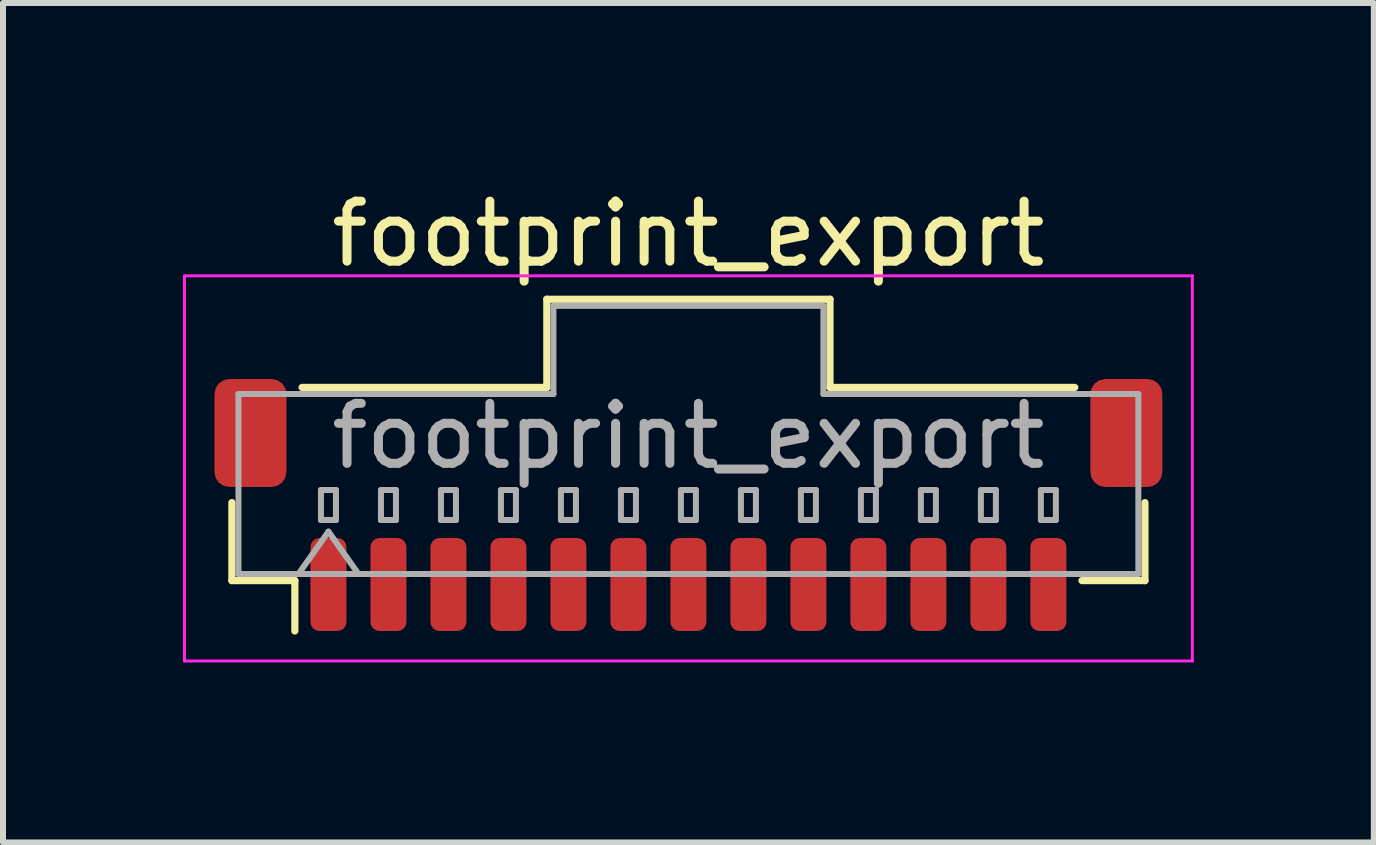
<source format=kicad_pcb>
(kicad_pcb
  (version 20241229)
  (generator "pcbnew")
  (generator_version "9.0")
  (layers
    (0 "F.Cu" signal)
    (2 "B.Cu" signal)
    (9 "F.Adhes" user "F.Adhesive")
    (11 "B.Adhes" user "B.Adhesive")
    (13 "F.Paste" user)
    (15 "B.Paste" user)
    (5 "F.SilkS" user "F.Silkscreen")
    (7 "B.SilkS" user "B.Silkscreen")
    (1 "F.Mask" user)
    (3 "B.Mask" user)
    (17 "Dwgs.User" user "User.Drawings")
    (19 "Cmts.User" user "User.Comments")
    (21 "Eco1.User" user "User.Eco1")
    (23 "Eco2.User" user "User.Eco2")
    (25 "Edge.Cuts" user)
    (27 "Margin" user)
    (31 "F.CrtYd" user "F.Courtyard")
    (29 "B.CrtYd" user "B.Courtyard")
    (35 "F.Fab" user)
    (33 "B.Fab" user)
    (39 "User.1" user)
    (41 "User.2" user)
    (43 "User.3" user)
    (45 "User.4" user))
  (footprint "footprint_export"
    (layer "F.Cu")
    (at 8.425 5.368)
    (property "Reference" "footprint_export" (at 0 -4.52 0) (layer "F.SilkS") (effects (font (size 1 1) (thickness 0.15))))
    (attr smd)
    (fp_line (start -7.61 -0.04) (end -7.61 1.26) (stroke (width 0.12) (type solid)) (layer "F.SilkS"))
    (fp_line (start -7.61 1.26) (end -6.56 1.26) (stroke (width 0.12) (type solid)) (layer "F.SilkS"))
    (fp_line (start -6.56 1.26) (end -6.56 2.1) (stroke (width 0.12) (type solid)) (layer "F.SilkS"))
    (fp_line (start -6.44 -1.96) (end -2.36 -1.96) (stroke (width 0.12) (type solid)) (layer "F.SilkS"))
    (fp_line (start -2.36 -3.43) (end 2.36 -3.43) (stroke (width 0.12) (type solid)) (layer "F.SilkS"))
    (fp_line (start -2.36 -1.96) (end -2.36 -3.43) (stroke (width 0.12) (type solid)) (layer "F.SilkS"))
    (fp_line (start 2.36 -3.43) (end 2.36 -1.96) (stroke (width 0.12) (type solid)) (layer "F.SilkS"))
    (fp_line (start 2.36 -1.96) (end 6.44 -1.96) (stroke (width 0.12) (type solid)) (layer "F.SilkS"))
    (fp_line (start 7.61 -0.04) (end 7.61 1.26) (stroke (width 0.12) (type solid)) (layer "F.SilkS"))
    (fp_line (start 7.61 1.26) (end 6.56 1.26) (stroke (width 0.12) (type solid)) (layer "F.SilkS"))
    (fp_line (start -8.4 -3.82) (end -8.4 2.6) (stroke (width 0.05) (type solid)) (layer "F.CrtYd"))
    (fp_line (start -8.4 2.6) (end 8.4 2.6) (stroke (width 0.05) (type solid)) (layer "F.CrtYd"))
    (fp_line (start 8.4 -3.82) (end -8.4 -3.82) (stroke (width 0.05) (type solid)) (layer "F.CrtYd"))
    (fp_line (start 8.4 2.6) (end 8.4 -3.82) (stroke (width 0.05) (type solid)) (layer "F.CrtYd"))
    (fp_line (start -7.5 -1.85) (end -2.25 -1.85) (stroke (width 0.1) (type solid)) (layer "F.Fab"))
    (fp_line (start -7.5 1.15) (end -7.5 -1.85) (stroke (width 0.1) (type solid)) (layer "F.Fab"))
    (fp_line (start -7.5 1.15) (end 7.5 1.15) (stroke (width 0.1) (type solid)) (layer "F.Fab"))
    (fp_line (start -6.5 1.15) (end -6 0.443) (stroke (width 0.1) (type solid)) (layer "F.Fab"))
    (fp_line (start -6.125 -0.25) (end -6.125 0.25) (stroke (width 0.1) (type solid)) (layer "F.Fab"))
    (fp_line (start -6.125 0.25) (end -5.875 0.25) (stroke (width 0.1) (type solid)) (layer "F.Fab"))
    (fp_line (start -6 0.443) (end -5.5 1.15) (stroke (width 0.1) (type solid)) (layer "F.Fab"))
    (fp_line (start -5.875 -0.25) (end -6.125 -0.25) (stroke (width 0.1) (type solid)) (layer "F.Fab"))
    (fp_line (start -5.875 0.25) (end -5.875 -0.25) (stroke (width 0.1) (type solid)) (layer "F.Fab"))
    (fp_line (start -5.125 -0.25) (end -5.125 0.25) (stroke (width 0.1) (type solid)) (layer "F.Fab"))
    (fp_line (start -5.125 0.25) (end -4.875 0.25) (stroke (width 0.1) (type solid)) (layer "F.Fab"))
    (fp_line (start -4.875 -0.25) (end -5.125 -0.25) (stroke (width 0.1) (type solid)) (layer "F.Fab"))
    (fp_line (start -4.875 0.25) (end -4.875 -0.25) (stroke (width 0.1) (type solid)) (layer "F.Fab"))
    (fp_line (start -4.125 -0.25) (end -4.125 0.25) (stroke (width 0.1) (type solid)) (layer "F.Fab"))
    (fp_line (start -4.125 0.25) (end -3.875 0.25) (stroke (width 0.1) (type solid)) (layer "F.Fab"))
    (fp_line (start -3.875 -0.25) (end -4.125 -0.25) (stroke (width 0.1) (type solid)) (layer "F.Fab"))
    (fp_line (start -3.875 0.25) (end -3.875 -0.25) (stroke (width 0.1) (type solid)) (layer "F.Fab"))
    (fp_line (start -3.125 -0.25) (end -3.125 0.25) (stroke (width 0.1) (type solid)) (layer "F.Fab"))
    (fp_line (start -3.125 0.25) (end -2.875 0.25) (stroke (width 0.1) (type solid)) (layer "F.Fab"))
    (fp_line (start -2.875 -0.25) (end -3.125 -0.25) (stroke (width 0.1) (type solid)) (layer "F.Fab"))
    (fp_line (start -2.875 0.25) (end -2.875 -0.25) (stroke (width 0.1) (type solid)) (layer "F.Fab"))
    (fp_line (start -2.25 -3.32) (end 2.25 -3.32) (stroke (width 0.1) (type solid)) (layer "F.Fab"))
    (fp_line (start -2.25 -1.85) (end -2.25 -3.32) (stroke (width 0.1) (type solid)) (layer "F.Fab"))
    (fp_line (start -2.125 -0.25) (end -2.125 0.25) (stroke (width 0.1) (type solid)) (layer "F.Fab"))
    (fp_line (start -2.125 0.25) (end -1.875 0.25) (stroke (width 0.1) (type solid)) (layer "F.Fab"))
    (fp_line (start -1.875 -0.25) (end -2.125 -0.25) (stroke (width 0.1) (type solid)) (layer "F.Fab"))
    (fp_line (start -1.875 0.25) (end -1.875 -0.25) (stroke (width 0.1) (type solid)) (layer "F.Fab"))
    (fp_line (start -1.125 -0.25) (end -1.125 0.25) (stroke (width 0.1) (type solid)) (layer "F.Fab"))
    (fp_line (start -1.125 0.25) (end -0.875 0.25) (stroke (width 0.1) (type solid)) (layer "F.Fab"))
    (fp_line (start -0.875 -0.25) (end -1.125 -0.25) (stroke (width 0.1) (type solid)) (layer "F.Fab"))
    (fp_line (start -0.875 0.25) (end -0.875 -0.25) (stroke (width 0.1) (type solid)) (layer "F.Fab"))
    (fp_line (start -0.125 -0.25) (end -0.125 0.25) (stroke (width 0.1) (type solid)) (layer "F.Fab"))
    (fp_line (start -0.125 0.25) (end 0.125 0.25) (stroke (width 0.1) (type solid)) (layer "F.Fab"))
    (fp_line (start 0.125 -0.25) (end -0.125 -0.25) (stroke (width 0.1) (type solid)) (layer "F.Fab"))
    (fp_line (start 0.125 0.25) (end 0.125 -0.25) (stroke (width 0.1) (type solid)) (layer "F.Fab"))
    (fp_line (start 0.875 -0.25) (end 0.875 0.25) (stroke (width 0.1) (type solid)) (layer "F.Fab"))
    (fp_line (start 0.875 0.25) (end 1.125 0.25) (stroke (width 0.1) (type solid)) (layer "F.Fab"))
    (fp_line (start 1.125 -0.25) (end 0.875 -0.25) (stroke (width 0.1) (type solid)) (layer "F.Fab"))
    (fp_line (start 1.125 0.25) (end 1.125 -0.25) (stroke (width 0.1) (type solid)) (layer "F.Fab"))
    (fp_line (start 1.875 -0.25) (end 1.875 0.25) (stroke (width 0.1) (type solid)) (layer "F.Fab"))
    (fp_line (start 1.875 0.25) (end 2.125 0.25) (stroke (width 0.1) (type solid)) (layer "F.Fab"))
    (fp_line (start 2.125 -0.25) (end 1.875 -0.25) (stroke (width 0.1) (type solid)) (layer "F.Fab"))
    (fp_line (start 2.125 0.25) (end 2.125 -0.25) (stroke (width 0.1) (type solid)) (layer "F.Fab"))
    (fp_line (start 2.25 -3.32) (end 2.25 -1.85) (stroke (width 0.1) (type solid)) (layer "F.Fab"))
    (fp_line (start 2.25 -1.85) (end 7.5 -1.85) (stroke (width 0.1) (type solid)) (layer "F.Fab"))
    (fp_line (start 2.875 -0.25) (end 2.875 0.25) (stroke (width 0.1) (type solid)) (layer "F.Fab"))
    (fp_line (start 2.875 0.25) (end 3.125 0.25) (stroke (width 0.1) (type solid)) (layer "F.Fab"))
    (fp_line (start 3.125 -0.25) (end 2.875 -0.25) (stroke (width 0.1) (type solid)) (layer "F.Fab"))
    (fp_line (start 3.125 0.25) (end 3.125 -0.25) (stroke (width 0.1) (type solid)) (layer "F.Fab"))
    (fp_line (start 3.875 -0.25) (end 3.875 0.25) (stroke (width 0.1) (type solid)) (layer "F.Fab"))
    (fp_line (start 3.875 0.25) (end 4.125 0.25) (stroke (width 0.1) (type solid)) (layer "F.Fab"))
    (fp_line (start 4.125 -0.25) (end 3.875 -0.25) (stroke (width 0.1) (type solid)) (layer "F.Fab"))
    (fp_line (start 4.125 0.25) (end 4.125 -0.25) (stroke (width 0.1) (type solid)) (layer "F.Fab"))
    (fp_line (start 4.875 -0.25) (end 4.875 0.25) (stroke (width 0.1) (type solid)) (layer "F.Fab"))
    (fp_line (start 4.875 0.25) (end 5.125 0.25) (stroke (width 0.1) (type solid)) (layer "F.Fab"))
    (fp_line (start 5.125 -0.25) (end 4.875 -0.25) (stroke (width 0.1) (type solid)) (layer "F.Fab"))
    (fp_line (start 5.125 0.25) (end 5.125 -0.25) (stroke (width 0.1) (type solid)) (layer "F.Fab"))
    (fp_line (start 5.875 -0.25) (end 5.875 0.25) (stroke (width 0.1) (type solid)) (layer "F.Fab"))
    (fp_line (start 5.875 0.25) (end 6.125 0.25) (stroke (width 0.1) (type solid)) (layer "F.Fab"))
    (fp_line (start 6.125 -0.25) (end 5.875 -0.25) (stroke (width 0.1) (type solid)) (layer "F.Fab"))
    (fp_line (start 6.125 0.25) (end 6.125 -0.25) (stroke (width 0.1) (type solid)) (layer "F.Fab"))
    (fp_line (start 7.5 1.15) (end 7.5 -1.85) (stroke (width 0.1) (type solid)) (layer "F.Fab"))
    (fp_text user "${REFERENCE}" (at 0 -1.15 0) (layer "F.Fab") (effects (font (size 1 1) (thickness 0.15))))
    (pad "1" smd roundrect (at -6 1.325) (size 0.6 1.55) (layers "F.Cu" "F.Mask" "F.Paste") (roundrect_rratio 0.25))
    (pad "2" smd roundrect (at -5 1.325) (size 0.6 1.55) (layers "F.Cu" "F.Mask" "F.Paste") (roundrect_rratio 0.25))
    (pad "3" smd roundrect (at -4 1.325) (size 0.6 1.55) (layers "F.Cu" "F.Mask" "F.Paste") (roundrect_rratio 0.25))
    (pad "4" smd roundrect (at -3 1.325) (size 0.6 1.55) (layers "F.Cu" "F.Mask" "F.Paste") (roundrect_rratio 0.25))
    (pad "5" smd roundrect (at -2 1.325) (size 0.6 1.55) (layers "F.Cu" "F.Mask" "F.Paste") (roundrect_rratio 0.25))
    (pad "6" smd roundrect (at -1 1.325) (size 0.6 1.55) (layers "F.Cu" "F.Mask" "F.Paste") (roundrect_rratio 0.25))
    (pad "7" smd roundrect (at 0 1.325) (size 0.6 1.55) (layers "F.Cu" "F.Mask" "F.Paste") (roundrect_rratio 0.25))
    (pad "8" smd roundrect (at 1 1.325) (size 0.6 1.55) (layers "F.Cu" "F.Mask" "F.Paste") (roundrect_rratio 0.25))
    (pad "9" smd roundrect (at 2 1.325) (size 0.6 1.55) (layers "F.Cu" "F.Mask" "F.Paste") (roundrect_rratio 0.25))
    (pad "10" smd roundrect (at 3 1.325) (size 0.6 1.55) (layers "F.Cu" "F.Mask" "F.Paste") (roundrect_rratio 0.25))
    (pad "11" smd roundrect (at 4 1.325) (size 0.6 1.55) (layers "F.Cu" "F.Mask" "F.Paste") (roundrect_rratio 0.25))
    (pad "12" smd roundrect (at 5 1.325) (size 0.6 1.55) (layers "F.Cu" "F.Mask" "F.Paste") (roundrect_rratio 0.25))
    (pad "13" smd roundrect (at 6 1.325) (size 0.6 1.55) (layers "F.Cu" "F.Mask" "F.Paste") (roundrect_rratio 0.25))
    (pad "MP" smd roundrect (at -7.3 -1.2) (size 1.2 1.8) (layers "F.Cu" "F.Mask" "F.Paste") (roundrect_rratio 0.208))
    (pad "MP" smd roundrect (at 7.3 -1.2) (size 1.2 1.8) (layers "F.Cu" "F.Mask" "F.Paste") (roundrect_rratio 0.208)))
  (gr_rect
    (start -3 -3)
    (end 19.85 10.993)
    (stroke (width 0.1) (type default))
    (fill no)
    (layer "Edge.Cuts")))
</source>
